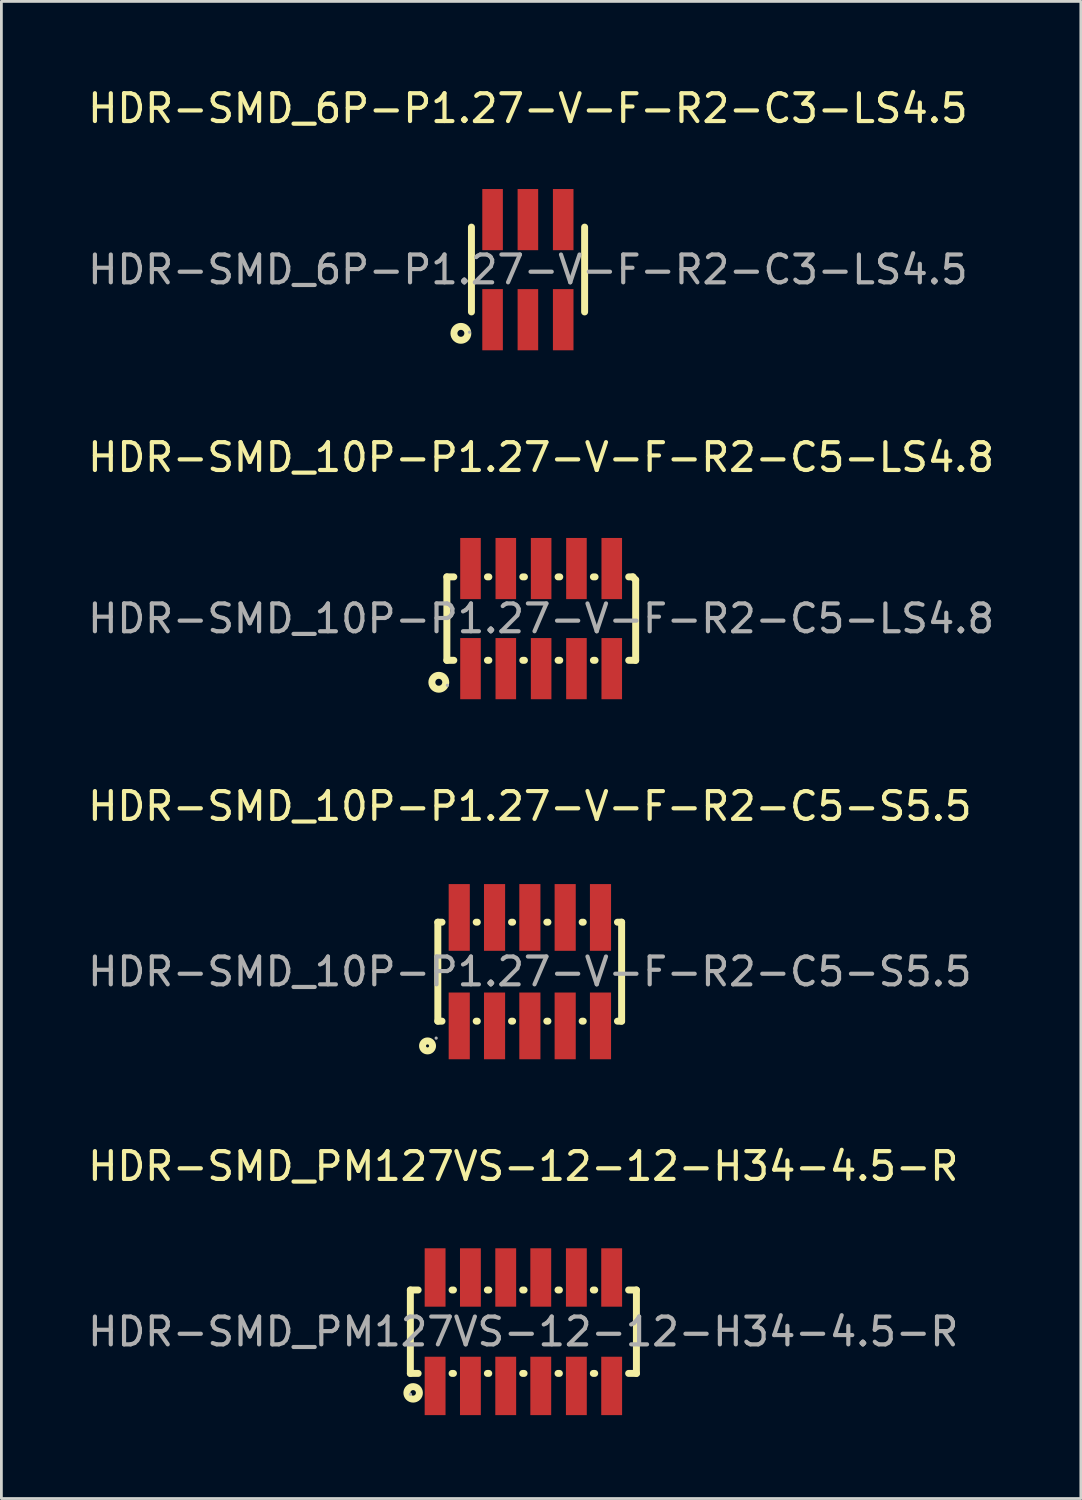
<source format=kicad_pcb>
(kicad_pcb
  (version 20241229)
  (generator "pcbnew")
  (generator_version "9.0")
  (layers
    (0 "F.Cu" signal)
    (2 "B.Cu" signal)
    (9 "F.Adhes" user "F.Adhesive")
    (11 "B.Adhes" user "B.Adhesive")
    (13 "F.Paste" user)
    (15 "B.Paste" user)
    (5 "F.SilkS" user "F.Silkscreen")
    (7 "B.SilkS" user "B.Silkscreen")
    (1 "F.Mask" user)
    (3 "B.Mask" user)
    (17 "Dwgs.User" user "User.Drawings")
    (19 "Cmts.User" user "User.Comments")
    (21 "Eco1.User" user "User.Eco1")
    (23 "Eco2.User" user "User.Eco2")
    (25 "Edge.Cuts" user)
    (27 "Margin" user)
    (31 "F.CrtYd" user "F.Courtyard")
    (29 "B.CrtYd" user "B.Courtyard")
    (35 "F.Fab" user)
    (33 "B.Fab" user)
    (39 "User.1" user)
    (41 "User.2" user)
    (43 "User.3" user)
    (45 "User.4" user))
  (footprint "HDR-SMD_10P-P1.27-V-F-R2-C5-S5.5"
    (layer "F.Cu")
    (at 16.006 31.895)
    (property "Reference" "HDR-SMD_10P-P1.27-V-F-R2-C5-S5.5" (at 0 -5.95 0) (layer "F.SilkS") (effects (font (size 1 1) (thickness 0.15))))
    (attr smd)
    (fp_line (start -3.31 -1.78) (end -3.16 -1.78) (stroke (width 0.25) (type solid)) (layer "F.SilkS"))
    (fp_line (start -3.31 1.78) (end -3.31 -1.78) (stroke (width 0.25) (type solid)) (layer "F.SilkS"))
    (fp_line (start -3.16 1.78) (end -3.31 1.78) (stroke (width 0.25) (type solid)) (layer "F.SilkS"))
    (fp_line (start -1.93 -1.78) (end -1.89 -1.78) (stroke (width 0.25) (type solid)) (layer "F.SilkS"))
    (fp_line (start -1.89 1.78) (end -1.93 1.78) (stroke (width 0.25) (type solid)) (layer "F.SilkS"))
    (fp_line (start -0.66 -1.78) (end -0.62 -1.78) (stroke (width 0.25) (type solid)) (layer "F.SilkS"))
    (fp_line (start -0.62 1.78) (end -0.66 1.78) (stroke (width 0.25) (type solid)) (layer "F.SilkS"))
    (fp_line (start 0.61 -1.78) (end 0.65 -1.78) (stroke (width 0.25) (type solid)) (layer "F.SilkS"))
    (fp_line (start 0.65 1.78) (end 0.61 1.78) (stroke (width 0.25) (type solid)) (layer "F.SilkS"))
    (fp_line (start 1.88 -1.78) (end 1.92 -1.78) (stroke (width 0.25) (type solid)) (layer "F.SilkS"))
    (fp_line (start 1.92 1.78) (end 1.88 1.78) (stroke (width 0.25) (type solid)) (layer "F.SilkS"))
    (fp_line (start 3.15 -1.78) (end 3.3 -1.78) (stroke (width 0.25) (type solid)) (layer "F.SilkS"))
    (fp_line (start 3.3 -1.78) (end 3.3 1.78) (stroke (width 0.25) (type solid)) (layer "F.SilkS"))
    (fp_line (start 3.3 1.78) (end 3.15 1.78) (stroke (width 0.25) (type solid)) (layer "F.SilkS"))
    (fp_circle (center -3.68 2.67) (end -3.5 2.67) (stroke (width 0.25) (type solid)) (fill no) (layer "F.SilkS"))
    (fp_circle (center -3.37 2.39) (end -3.34 2.39) (stroke (width 0.06) (type solid)) (fill no) (layer "F.Fab"))
    (fp_text user "${REFERENCE}" (at 0 0 0) (layer "F.Fab") (effects (font (size 1 1) (thickness 0.15))))
    (pad "1" smd rect (at -2.54 1.95) (size 0.76 2.4) (layers "F.Cu" "F.Mask" "F.Paste"))
    (pad "2" smd rect (at -2.54 -1.95) (size 0.76 2.4) (layers "F.Cu" "F.Mask" "F.Paste"))
    (pad "3" smd rect (at -1.27 1.95) (size 0.76 2.4) (layers "F.Cu" "F.Mask" "F.Paste"))
    (pad "4" smd rect (at -1.27 -1.95) (size 0.76 2.4) (layers "F.Cu" "F.Mask" "F.Paste"))
    (pad "5" smd rect (at 0 1.95) (size 0.76 2.4) (layers "F.Cu" "F.Mask" "F.Paste"))
    (pad "6" smd rect (at 0 -1.95) (size 0.76 2.4) (layers "F.Cu" "F.Mask" "F.Paste"))
    (pad "7" smd rect (at 1.27 1.95) (size 0.76 2.4) (layers "F.Cu" "F.Mask" "F.Paste"))
    (pad "8" smd rect (at 1.27 -1.95) (size 0.76 2.4) (layers "F.Cu" "F.Mask" "F.Paste"))
    (pad "9" smd rect (at 2.54 1.95) (size 0.76 2.4) (layers "F.Cu" "F.Mask" "F.Paste"))
    (pad "10" smd rect (at 2.54 -1.95) (size 0.76 2.4) (layers "F.Cu" "F.Mask" "F.Paste")))
  (footprint "HDR-SMD_10P-P1.27-V-F-R2-C5-LS4.8"
    (layer "F.Cu")
    (at 16.411 19.197)
    (property "Reference" "HDR-SMD_10P-P1.27-V-F-R2-C5-LS4.8" (at 0 -5.8 0) (layer "F.SilkS") (effects (font (size 1 1) (thickness 0.15))))
    (attr through_hole)
    (fp_line (start -3.39 -1.5) (end -3.39 1.5) (stroke (width 0.25) (type solid)) (layer "F.SilkS"))
    (fp_line (start -3.39 1.5) (end -3.14 1.5) (stroke (width 0.25) (type solid)) (layer "F.SilkS"))
    (fp_line (start -3.14 -1.5) (end -3.39 -1.5) (stroke (width 0.25) (type solid)) (layer "F.SilkS"))
    (fp_line (start -1.93 1.5) (end -1.88 1.5) (stroke (width 0.25) (type solid)) (layer "F.SilkS"))
    (fp_line (start -1.88 -1.5) (end -1.93 -1.5) (stroke (width 0.25) (type solid)) (layer "F.SilkS"))
    (fp_line (start -0.66 1.5) (end -0.6 1.5) (stroke (width 0.25) (type solid)) (layer "F.SilkS"))
    (fp_line (start -0.6 -1.5) (end -0.66 -1.5) (stroke (width 0.25) (type solid)) (layer "F.SilkS"))
    (fp_line (start 0.61 1.5) (end 0.67 1.5) (stroke (width 0.25) (type solid)) (layer "F.SilkS"))
    (fp_line (start 0.67 -1.5) (end 0.61 -1.5) (stroke (width 0.25) (type solid)) (layer "F.SilkS"))
    (fp_line (start 1.88 1.5) (end 1.94 1.5) (stroke (width 0.25) (type solid)) (layer "F.SilkS"))
    (fp_line (start 1.94 -1.5) (end 1.88 -1.5) (stroke (width 0.25) (type solid)) (layer "F.SilkS"))
    (fp_line (start 3.15 1.5) (end 3.4 1.5) (stroke (width 0.25) (type solid)) (layer "F.SilkS"))
    (fp_line (start 3.3 -1.5) (end 3.15 -1.5) (stroke (width 0.25) (type solid)) (layer "F.SilkS"))
    (fp_line (start 3.4 -1.39) (end 3.3 -1.5) (stroke (width 0.25) (type solid)) (layer "F.SilkS"))
    (fp_line (start 3.4 1.5) (end 3.4 -1.39) (stroke (width 0.25) (type solid)) (layer "F.SilkS"))
    (fp_circle (center -3.68 2.29) (end -3.43 2.29) (stroke (width 0.25) (type solid)) (fill no) (layer "F.SilkS"))
    (fp_circle (center -3.37 2.4) (end -3.34 2.4) (stroke (width 0.06) (type solid)) (fill no) (layer "F.Fab"))
    (fp_text user "${REFERENCE}" (at 0 0 0) (layer "F.Fab") (effects (font (size 1 1) (thickness 0.15))))
    (pad "1" smd rect (at -2.54 1.8 90) (size 2.2 0.74) (layers "F.Cu" "F.Mask" "F.Paste"))
    (pad "2" smd rect (at -2.54 -1.8 90) (size 2.2 0.74) (layers "F.Cu" "F.Mask" "F.Paste"))
    (pad "3" smd rect (at -1.27 1.8 90) (size 2.2 0.74) (layers "F.Cu" "F.Mask" "F.Paste"))
    (pad "4" smd rect (at -1.27 -1.8 90) (size 2.2 0.74) (layers "F.Cu" "F.Mask" "F.Paste"))
    (pad "5" smd rect (at 0 1.8 90) (size 2.2 0.74) (layers "F.Cu" "F.Mask" "F.Paste"))
    (pad "6" smd rect (at 0 -1.8 90) (size 2.2 0.74) (layers "F.Cu" "F.Mask" "F.Paste"))
    (pad "7" smd rect (at 1.27 1.8 90) (size 2.2 0.74) (layers "F.Cu" "F.Mask" "F.Paste"))
    (pad "8" smd rect (at 1.27 -1.8 90) (size 2.2 0.74) (layers "F.Cu" "F.Mask" "F.Paste"))
    (pad "9" smd rect (at 2.54 1.8 90) (size 2.2 0.74) (layers "F.Cu" "F.Mask" "F.Paste"))
    (pad "10" smd rect (at 2.54 -1.8 90) (size 2.2 0.74) (layers "F.Cu" "F.Mask" "F.Paste")))
  (footprint "HDR-SMD_PM127VS-12-12-H34-4.5-R"
    (layer "F.Cu")
    (at 15.768 44.843)
    (property "Reference" "HDR-SMD_PM127VS-12-12-H34-4.5-R" (at 0 -5.95 0) (layer "F.SilkS") (effects (font (size 1 1) (thickness 0.15))))
    (attr smd)
    (fp_line (start -4.06 -1.5) (end -4.06 1.5) (stroke (width 0.25) (type solid)) (layer "F.SilkS"))
    (fp_line (start -4.06 -1.5) (end -3.78 -1.5) (stroke (width 0.25) (type solid)) (layer "F.SilkS"))
    (fp_line (start -4.06 1.5) (end -3.78 1.5) (stroke (width 0.25) (type solid)) (layer "F.SilkS"))
    (fp_line (start -2.56 -1.5) (end -2.51 -1.5) (stroke (width 0.25) (type solid)) (layer "F.SilkS"))
    (fp_line (start -2.56 1.5) (end -2.51 1.5) (stroke (width 0.25) (type solid)) (layer "F.SilkS"))
    (fp_line (start -1.29 -1.5) (end -1.24 -1.5) (stroke (width 0.25) (type solid)) (layer "F.SilkS"))
    (fp_line (start -1.29 1.5) (end -1.24 1.5) (stroke (width 0.25) (type solid)) (layer "F.SilkS"))
    (fp_line (start -0.02 -1.5) (end 0.03 -1.5) (stroke (width 0.25) (type solid)) (layer "F.SilkS"))
    (fp_line (start -0.02 1.5) (end 0.03 1.5) (stroke (width 0.25) (type solid)) (layer "F.SilkS"))
    (fp_line (start 1.25 -1.5) (end 1.3 -1.5) (stroke (width 0.25) (type solid)) (layer "F.SilkS"))
    (fp_line (start 1.25 1.5) (end 1.3 1.5) (stroke (width 0.25) (type solid)) (layer "F.SilkS"))
    (fp_line (start 2.52 -1.5) (end 2.57 -1.5) (stroke (width 0.25) (type solid)) (layer "F.SilkS"))
    (fp_line (start 2.52 1.5) (end 2.57 1.5) (stroke (width 0.25) (type solid)) (layer "F.SilkS"))
    (fp_line (start 3.79 -1.5) (end 4.07 -1.5) (stroke (width 0.25) (type solid)) (layer "F.SilkS"))
    (fp_line (start 3.79 1.5) (end 4.07 1.5) (stroke (width 0.25) (type solid)) (layer "F.SilkS"))
    (fp_line (start 4.07 -1.5) (end 4.07 1.5) (stroke (width 0.25) (type solid)) (layer "F.SilkS"))
    (fp_circle (center -3.96 2.2) (end -3.86 2.2) (stroke (width 0.25) (type solid)) (fill no) (layer "F.SilkS"))
    (fp_circle (center -4.06 2.25) (end -4.03 2.25) (stroke (width 0.06) (type solid)) (fill no) (layer "F.Fab"))
    (fp_text user "${REFERENCE}" (at 0 0 0) (layer "F.Fab") (effects (font (size 1 1) (thickness 0.15))))
    (pad "1" smd rect (at -3.17 1.95) (size 0.75 2.1) (layers "F.Cu" "F.Mask" "F.Paste"))
    (pad "2" smd rect (at -3.17 -1.95) (size 0.75 2.1) (layers "F.Cu" "F.Mask" "F.Paste"))
    (pad "3" smd rect (at -1.9 1.95) (size 0.75 2.1) (layers "F.Cu" "F.Mask" "F.Paste"))
    (pad "4" smd rect (at -1.9 -1.95) (size 0.75 2.1) (layers "F.Cu" "F.Mask" "F.Paste"))
    (pad "5" smd rect (at -0.63 1.95) (size 0.75 2.1) (layers "F.Cu" "F.Mask" "F.Paste"))
    (pad "6" smd rect (at -0.63 -1.95) (size 0.75 2.1) (layers "F.Cu" "F.Mask" "F.Paste"))
    (pad "7" smd rect (at 0.63 1.95) (size 0.75 2.1) (layers "F.Cu" "F.Mask" "F.Paste"))
    (pad "8" smd rect (at 0.63 -1.95) (size 0.75 2.1) (layers "F.Cu" "F.Mask" "F.Paste"))
    (pad "9" smd rect (at 1.91 1.95) (size 0.75 2.1) (layers "F.Cu" "F.Mask" "F.Paste"))
    (pad "10" smd rect (at 1.91 -1.95) (size 0.75 2.1) (layers "F.Cu" "F.Mask" "F.Paste"))
    (pad "11" smd rect (at 3.18 1.95) (size 0.75 2.1) (layers "F.Cu" "F.Mask" "F.Paste"))
    (pad "12" smd rect (at 3.18 -1.95) (size 0.75 2.1) (layers "F.Cu" "F.Mask" "F.Paste")))
  (footprint "HDR-SMD_6P-P1.27-V-F-R2-C3-LS4.5"
    (layer "F.Cu")
    (at 15.935 6.648)
    (property "Reference" "HDR-SMD_6P-P1.27-V-F-R2-C3-LS4.5" (at 0 -5.8 0) (layer "F.SilkS") (effects (font (size 1 1) (thickness 0.15))))
    (attr smd)
    (fp_line (start -2.03 -1.53) (end -2.03 1.52) (stroke (width 0.25) (type solid)) (layer "F.SilkS"))
    (fp_line (start 2.04 -1.53) (end 2.04 1.52) (stroke (width 0.25) (type solid)) (layer "F.SilkS"))
    (fp_circle (center -2.41 2.29) (end -2.16 2.29) (stroke (width 0.25) (type solid)) (fill no) (layer "F.SilkS"))
    (fp_circle (center -2.1 2.25) (end -2.07 2.25) (stroke (width 0.06) (type solid)) (fill no) (layer "F.Fab"))
    (fp_text user "${REFERENCE}" (at 0 0 0) (layer "F.Fab") (effects (font (size 1 1) (thickness 0.15))))
    (pad "1" smd rect (at -1.27 1.8 90) (size 2.2 0.74) (layers "F.Cu" "F.Mask" "F.Paste"))
    (pad "2" smd rect (at -1.27 -1.8 90) (size 2.2 0.74) (layers "F.Cu" "F.Mask" "F.Paste"))
    (pad "3" smd rect (at 0 1.8 90) (size 2.2 0.74) (layers "F.Cu" "F.Mask" "F.Paste"))
    (pad "4" smd rect (at 0 -1.8 90) (size 2.2 0.74) (layers "F.Cu" "F.Mask" "F.Paste"))
    (pad "5" smd rect (at 1.27 1.8 90) (size 2.2 0.74) (layers "F.Cu" "F.Mask" "F.Paste"))
    (pad "6" smd rect (at 1.27 -1.8 90) (size 2.2 0.74) (layers "F.Cu" "F.Mask" "F.Paste")))
  (gr_rect
    (start -3 -3)
    (end 35.821 50.843)
    (stroke (width 0.1) (type default))
    (fill no)
    (layer "Edge.Cuts")))
</source>
